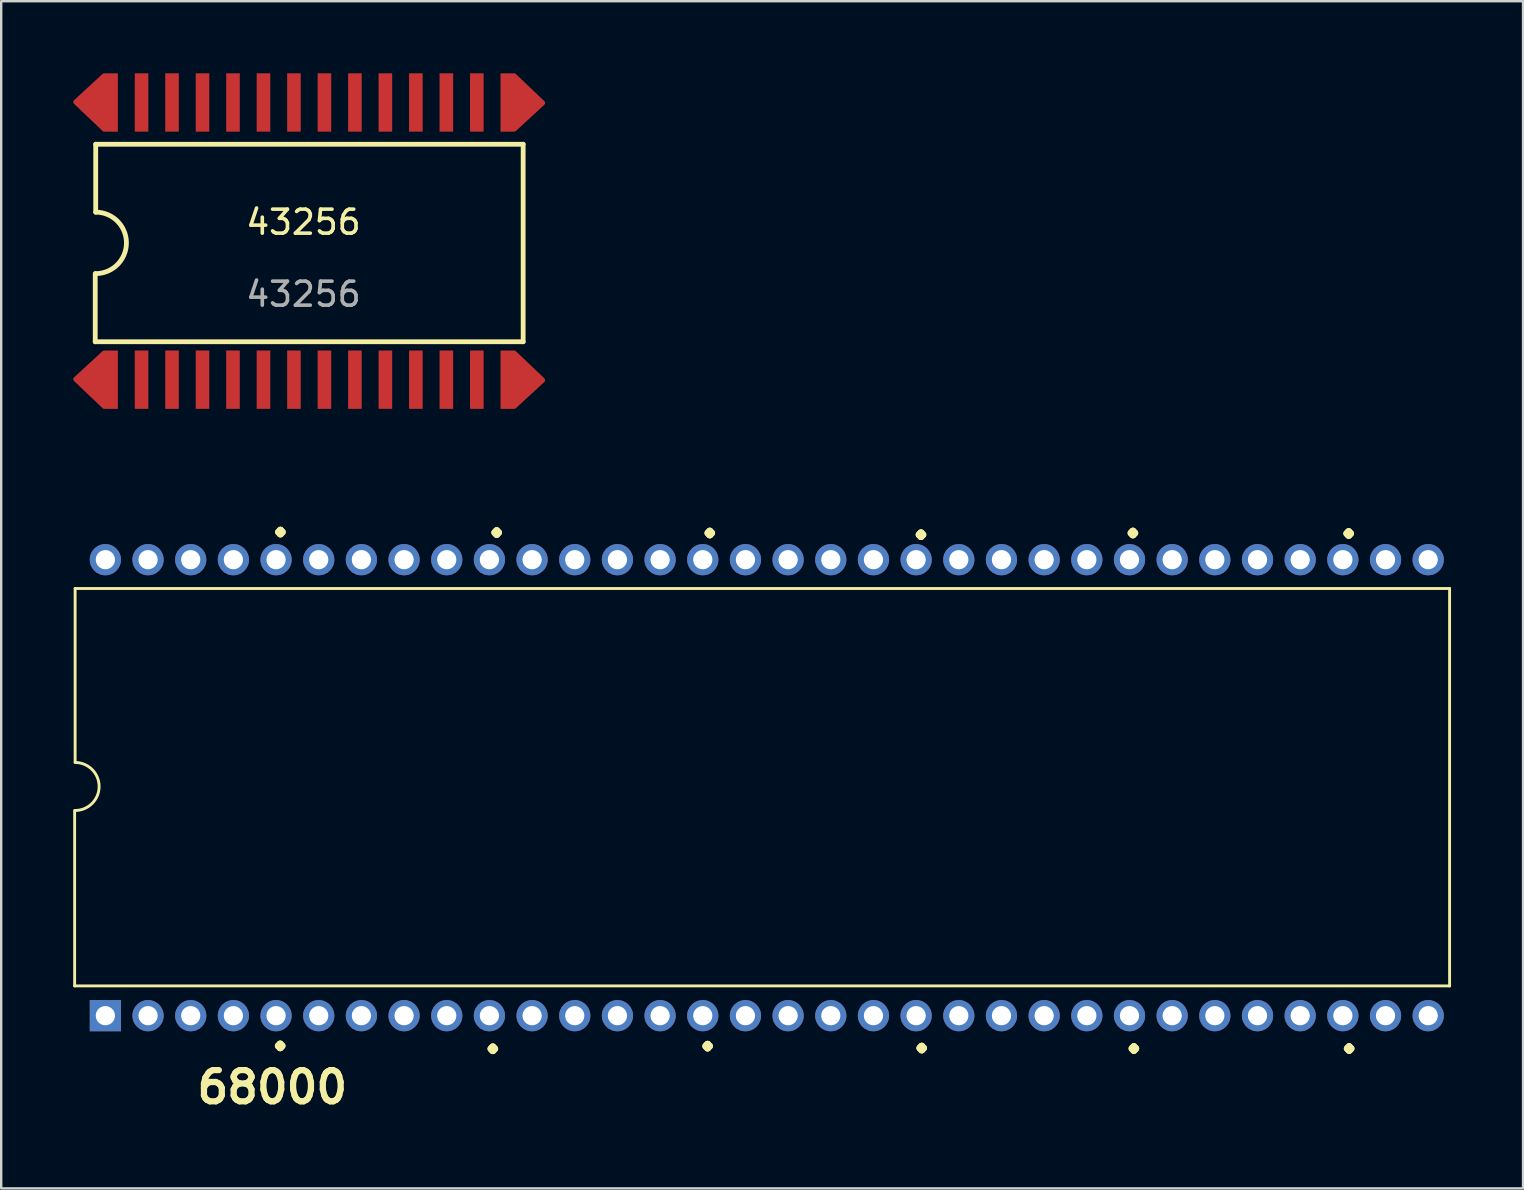
<source format=kicad_pcb>
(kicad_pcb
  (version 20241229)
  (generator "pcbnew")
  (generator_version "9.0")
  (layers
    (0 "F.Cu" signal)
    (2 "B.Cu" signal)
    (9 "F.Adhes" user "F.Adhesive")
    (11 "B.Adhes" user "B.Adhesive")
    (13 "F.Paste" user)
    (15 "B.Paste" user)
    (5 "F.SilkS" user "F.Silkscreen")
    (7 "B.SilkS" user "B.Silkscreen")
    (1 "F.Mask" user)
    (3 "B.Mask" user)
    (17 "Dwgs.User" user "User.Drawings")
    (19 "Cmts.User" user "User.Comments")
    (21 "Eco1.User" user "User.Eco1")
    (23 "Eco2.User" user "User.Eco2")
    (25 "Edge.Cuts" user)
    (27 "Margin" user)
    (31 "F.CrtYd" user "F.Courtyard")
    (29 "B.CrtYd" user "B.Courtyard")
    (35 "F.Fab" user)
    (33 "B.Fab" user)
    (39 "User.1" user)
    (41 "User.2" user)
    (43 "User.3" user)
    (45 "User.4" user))
  (footprint "68000"
    (layer "F.Cu")
    (at 27.504 29.66)
    (property "Reference" "68000" (at -19.208 12.59 0) (unlocked yes) (layer "F.SilkS") (effects (font (size 1.3 1.3) (thickness 0.26) (bold yes))))
    (attr through_hole)
    (fp_line (start -27.444 8.37) (end -27.444 1.06) (stroke (width 0.12) (type default)) (layer "F.SilkS"))
    (fp_line (start -27.424 -8.19) (end 29.846 -8.19) (stroke (width 0.12) (type default)) (layer "F.SilkS"))
    (fp_line (start -27.424 -0.95) (end -27.424 -8.19) (stroke (width 0.12) (type default)) (layer "F.SilkS"))
    (fp_line (start 29.846 -8.19) (end 29.846 8.37) (stroke (width 0.12) (type default)) (layer "F.SilkS"))
    (fp_line (start 29.846 8.37) (end -27.444 8.37) (stroke (width 0.12) (type default)) (layer "F.SilkS"))
    (fp_arc (start -27.424 -0.94) (mid -26.424 0.06) (end -27.424 1.06) (stroke (width 0.12) (type solid)) (layer "F.SilkS"))
    (fp_text user "." (at -19.434 11.14 0) (unlocked yes) (layer "F.SilkS") (effects (font (size 1.5 1.5) (thickness 0.3) (bold yes)) (justify left bottom)))
    (fp_text user "." (at -19.424 -10.27 0) (unlocked yes) (layer "F.SilkS") (effects (font (size 1.5 1.5) (thickness 0.3) (bold yes)) (justify left bottom)))
    (fp_text user "." (at -10.574 11.26 0) (unlocked yes) (layer "F.SilkS") (effects (font (size 1.5 1.5) (thickness 0.3) (bold yes)) (justify left bottom)))
    (fp_text user "." (at -1.624 11.15 0) (unlocked yes) (layer "F.SilkS") (effects (font (size 1.5 1.5) (thickness 0.3) (bold yes)) (justify left bottom)))
    (fp_text user "." (at 7.266 -10.16 0) (unlocked yes) (layer "F.SilkS") (effects (font (size 1.5 1.5) (thickness 0.3) (bold yes)) (justify left bottom)))
    (fp_text user "." (at 25.106 11.25 0) (unlocked yes) (layer "F.SilkS") (effects (font (size 1.5 1.5) (thickness 0.3) (bold yes)) (justify left bottom)))
    (fp_text user "." (at 7.296 11.23 0) (unlocked yes) (layer "F.SilkS") (effects (font (size 1.5 1.5) (thickness 0.3) (bold yes)) (justify left bottom)))
    (fp_text user "." (at 16.096 -10.23 0) (unlocked yes) (layer "F.SilkS") (effects (font (size 1.5 1.5) (thickness 0.3) (bold yes)) (justify left bottom)))
    (fp_text user "." (at -10.414 -10.25 0) (unlocked yes) (layer "F.SilkS") (effects (font (size 1.5 1.5) (thickness 0.3) (bold yes)) (justify left bottom)))
    (fp_text user "." (at -1.534 -10.23 0) (unlocked yes) (layer "F.SilkS") (effects (font (size 1.5 1.5) (thickness 0.3) (bold yes)) (justify left bottom)))
    (fp_text user "." (at 25.086 -10.21 0) (unlocked yes) (layer "F.SilkS") (effects (font (size 1.5 1.5) (thickness 0.3) (bold yes)) (justify left bottom)))
    (fp_text user "." (at 16.136 11.25 0) (unlocked yes) (layer "F.SilkS") (effects (font (size 1.5 1.5) (thickness 0.3) (bold yes)) (justify left bottom)))
    (pad "1" thru_hole rect (at -26.164 9.61 90) (size 1.3 1.3) (drill 0.8) (layers "*.Cu" "*.Mask"))
    (pad "2" thru_hole oval (at -24.386 9.61 90) (size 1.3 1.3) (drill 0.8) (layers "*.Cu" "*.Mask"))
    (pad "3" thru_hole oval (at -22.608 9.61 90) (size 1.3 1.3) (drill 0.8) (layers "*.Cu" "*.Mask"))
    (pad "4" thru_hole oval (at -20.83 9.61 90) (size 1.3 1.3) (drill 0.8) (layers "*.Cu" "*.Mask"))
    (pad "5" thru_hole oval (at -19.052 9.61 90) (size 1.3 1.3) (drill 0.8) (layers "*.Cu" "*.Mask"))
    (pad "6" thru_hole oval (at -17.274 9.61 90) (size 1.3 1.3) (drill 0.8) (layers "*.Cu" "*.Mask"))
    (pad "7" thru_hole oval (at -15.496 9.61 90) (size 1.3 1.3) (drill 0.8) (layers "*.Cu" "*.Mask"))
    (pad "8" thru_hole oval (at -13.718 9.61 90) (size 1.3 1.3) (drill 0.8) (layers "*.Cu" "*.Mask"))
    (pad "9" thru_hole oval (at -11.94 9.61 90) (size 1.3 1.3) (drill 0.8) (layers "*.Cu" "*.Mask"))
    (pad "10" thru_hole oval (at -10.162 9.61 90) (size 1.3 1.3) (drill 0.8) (layers "*.Cu" "*.Mask"))
    (pad "11" thru_hole oval (at -8.384 9.61 90) (size 1.3 1.3) (drill 0.8) (layers "*.Cu" "*.Mask"))
    (pad "12" thru_hole oval (at -6.606 9.61 90) (size 1.3 1.3) (drill 0.8) (layers "*.Cu" "*.Mask"))
    (pad "13" thru_hole oval (at -4.828 9.61 90) (size 1.3 1.3) (drill 0.8) (layers "*.Cu" "*.Mask"))
    (pad "14" thru_hole oval (at -3.05 9.61 90) (size 1.3 1.3) (drill 0.8) (layers "*.Cu" "*.Mask"))
    (pad "15" thru_hole oval (at -1.272 9.61 90) (size 1.3 1.3) (drill 0.8) (layers "*.Cu" "*.Mask"))
    (pad "16" thru_hole oval (at 0.506 9.61 90) (size 1.3 1.3) (drill 0.8) (layers "*.Cu" "*.Mask"))
    (pad "17" thru_hole oval (at 2.284 9.61 90) (size 1.3 1.3) (drill 0.8) (layers "*.Cu" "*.Mask"))
    (pad "18" thru_hole oval (at 4.062 9.61 90) (size 1.3 1.3) (drill 0.8) (layers "*.Cu" "*.Mask"))
    (pad "19" thru_hole oval (at 5.84 9.61 90) (size 1.3 1.3) (drill 0.8) (layers "*.Cu" "*.Mask"))
    (pad "20" thru_hole oval (at 7.618 9.61 90) (size 1.3 1.3) (drill 0.8) (layers "*.Cu" "*.Mask"))
    (pad "21" thru_hole oval (at 9.396 9.61 90) (size 1.3 1.3) (drill 0.8) (layers "*.Cu" "*.Mask"))
    (pad "22" thru_hole oval (at 11.174 9.61 90) (size 1.3 1.3) (drill 0.8) (layers "*.Cu" "*.Mask"))
    (pad "23" thru_hole oval (at 12.952 9.61 90) (size 1.3 1.3) (drill 0.8) (layers "*.Cu" "*.Mask"))
    (pad "24" thru_hole oval (at 14.73 9.61 90) (size 1.3 1.3) (drill 0.8) (layers "*.Cu" "*.Mask"))
    (pad "25" thru_hole oval (at 16.508 9.61 90) (size 1.3 1.3) (drill 0.8) (layers "*.Cu" "*.Mask"))
    (pad "26" thru_hole oval (at 18.286 9.61 90) (size 1.3 1.3) (drill 0.8) (layers "*.Cu" "*.Mask"))
    (pad "27" thru_hole oval (at 20.064 9.61 90) (size 1.3 1.3) (drill 0.8) (layers "*.Cu" "*.Mask"))
    (pad "28" thru_hole oval (at 21.842 9.61 90) (size 1.3 1.3) (drill 0.8) (layers "*.Cu" "*.Mask"))
    (pad "29" thru_hole oval (at 23.62 9.61 90) (size 1.3 1.3) (drill 0.8) (layers "*.Cu" "*.Mask"))
    (pad "30" thru_hole oval (at 25.398 9.61 90) (size 1.3 1.3) (drill 0.8) (layers "*.Cu" "*.Mask"))
    (pad "31" thru_hole oval (at 27.176 9.61 90) (size 1.3 1.3) (drill 0.8) (layers "*.Cu" "*.Mask"))
    (pad "32" thru_hole oval (at 28.954 9.61 90) (size 1.3 1.3) (drill 0.8) (layers "*.Cu" "*.Mask"))
    (pad "33" thru_hole oval (at 28.954 -9.39 90) (size 1.3 1.3) (drill 0.8) (layers "*.Cu" "*.Mask"))
    (pad "34" thru_hole oval (at 27.176 -9.39 90) (size 1.3 1.3) (drill 0.8) (layers "*.Cu" "*.Mask"))
    (pad "35" thru_hole oval (at 25.398 -9.39 90) (size 1.3 1.3) (drill 0.8) (layers "*.Cu" "*.Mask"))
    (pad "36" thru_hole oval (at 23.62 -9.39 90) (size 1.3 1.3) (drill 0.8) (layers "*.Cu" "*.Mask"))
    (pad "37" thru_hole oval (at 21.842 -9.39 90) (size 1.3 1.3) (drill 0.8) (layers "*.Cu" "*.Mask"))
    (pad "38" thru_hole oval (at 20.064 -9.39 90) (size 1.3 1.3) (drill 0.8) (layers "*.Cu" "*.Mask"))
    (pad "39" thru_hole oval (at 18.286 -9.39 90) (size 1.3 1.3) (drill 0.8) (layers "*.Cu" "*.Mask"))
    (pad "40" thru_hole oval (at 16.508 -9.39 90) (size 1.3 1.3) (drill 0.8) (layers "*.Cu" "*.Mask"))
    (pad "41" thru_hole oval (at 14.73 -9.39 90) (size 1.3 1.3) (drill 0.8) (layers "*.Cu" "*.Mask"))
    (pad "42" thru_hole oval (at 12.952 -9.39 90) (size 1.3 1.3) (drill 0.8) (layers "*.Cu" "*.Mask"))
    (pad "43" thru_hole oval (at 11.174 -9.39 90) (size 1.3 1.3) (drill 0.8) (layers "*.Cu" "*.Mask"))
    (pad "44" thru_hole oval (at 9.396 -9.39 90) (size 1.3 1.3) (drill 0.8) (layers "*.Cu" "*.Mask"))
    (pad "45" thru_hole oval (at 7.618 -9.39 90) (size 1.3 1.3) (drill 0.8) (layers "*.Cu" "*.Mask"))
    (pad "46" thru_hole oval (at 5.84 -9.39 90) (size 1.3 1.3) (drill 0.8) (layers "*.Cu" "*.Mask"))
    (pad "47" thru_hole oval (at 4.062 -9.39 90) (size 1.3 1.3) (drill 0.8) (layers "*.Cu" "*.Mask"))
    (pad "48" thru_hole oval (at 2.284 -9.39 90) (size 1.3 1.3) (drill 0.8) (layers "*.Cu" "*.Mask"))
    (pad "49" thru_hole oval (at 0.506 -9.39 90) (size 1.3 1.3) (drill 0.8) (layers "*.Cu" "*.Mask"))
    (pad "50" thru_hole oval (at -1.272 -9.39 90) (size 1.3 1.3) (drill 0.8) (layers "*.Cu" "*.Mask"))
    (pad "51" thru_hole oval (at -3.05 -9.39 90) (size 1.3 1.3) (drill 0.8) (layers "*.Cu" "*.Mask"))
    (pad "52" thru_hole oval (at -4.828 -9.39 90) (size 1.3 1.3) (drill 0.8) (layers "*.Cu" "*.Mask"))
    (pad "53" thru_hole oval (at -6.606 -9.39 90) (size 1.3 1.3) (drill 0.8) (layers "*.Cu" "*.Mask"))
    (pad "54" thru_hole oval (at -8.384 -9.39 90) (size 1.3 1.3) (drill 0.8) (layers "*.Cu" "*.Mask"))
    (pad "55" thru_hole oval (at -10.162 -9.39 90) (size 1.3 1.3) (drill 0.8) (layers "*.Cu" "*.Mask"))
    (pad "56" thru_hole oval (at -11.94 -9.39 90) (size 1.3 1.3) (drill 0.8) (layers "*.Cu" "*.Mask"))
    (pad "57" thru_hole oval (at -13.718 -9.39 90) (size 1.3 1.3) (drill 0.8) (layers "*.Cu" "*.Mask"))
    (pad "58" thru_hole oval (at -15.496 -9.39 90) (size 1.3 1.3) (drill 0.8) (layers "*.Cu" "*.Mask"))
    (pad "59" thru_hole oval (at -17.274 -9.39 90) (size 1.3 1.3) (drill 0.8) (layers "*.Cu" "*.Mask"))
    (pad "60" thru_hole oval (at -19.052 -9.39 90) (size 1.3 1.3) (drill 0.8) (layers "*.Cu" "*.Mask"))
    (pad "61" thru_hole oval (at -20.83 -9.39 90) (size 1.3 1.3) (drill 0.8) (layers "*.Cu" "*.Mask"))
    (pad "62" thru_hole oval (at -22.608 -9.39 90) (size 1.3 1.3) (drill 0.8) (layers "*.Cu" "*.Mask"))
    (pad "63" thru_hole oval (at -24.386 -9.39 90) (size 1.3 1.3) (drill 0.8) (layers "*.Cu" "*.Mask"))
    (pad "64" thru_hole oval (at -26.164 -9.39 90) (size 1.3 1.3) (drill 0.8) (layers "*.Cu" "*.Mask")))
  (footprint "43256"
    (layer "F.Cu")
    (at 9.593 6.71)
    (property "Reference" "43256" (at 0 -0.5 0) (unlocked yes) (layer "F.SilkS") (effects (font (size 1 1) (thickness 0.15))))
    (attr smd)
    (fp_line (start -8.675 4.48) (end -8.675 1.64) (stroke (width 0.2) (type solid)) (layer "F.SilkS"))
    (fp_line (start -8.655 -3.75) (end 9.155 -3.75) (stroke (width 0.2) (type solid)) (layer "F.SilkS"))
    (fp_line (start -8.655 -0.92) (end -8.655 -3.75) (stroke (width 0.2) (type solid)) (layer "F.SilkS"))
    (fp_line (start 9.155 -3.75) (end 9.155 4.48) (stroke (width 0.2) (type solid)) (layer "F.SilkS"))
    (fp_line (start 9.155 4.48) (end -8.675 4.48) (stroke (width 0.2) (type solid)) (layer "F.SilkS"))
    (fp_arc (start -8.655 -0.92) (mid -7.375 0.36) (end -8.655 1.64) (stroke (width 0.2) (type solid)) (layer "F.SilkS"))
    (fp_text user "${REFERENCE}" (at 0 2.5 0) (unlocked yes) (layer "F.Fab") (effects (font (size 1 1) (thickness 0.15))))
    (pad "1" smd custom (at -8.015 6.06 270) (size 2.431 0.566) (layers "F.Cu" "F.Mask" "F.Paste") (options (anchor rect)) (primitives (gr_poly (pts (xy -1.12 0.283) (xy -0.02 1.478) (xy 1.12 0.28)) (width 0.2) (fill yes))))
    (pad "2" smd rect (at -6.745 6.06 270) (size 2.431 0.566) (layers "F.Cu" "F.Mask" "F.Paste"))
    (pad "3" smd rect (at -5.475 6.06 270) (size 2.431 0.566) (layers "F.Cu" "F.Mask" "F.Paste"))
    (pad "4" smd rect (at -4.205 6.06 270) (size 2.431 0.566) (layers "F.Cu" "F.Mask" "F.Paste"))
    (pad "5" smd rect (at -2.935 6.06 270) (size 2.431 0.566) (layers "F.Cu" "F.Mask" "F.Paste"))
    (pad "6" smd rect (at -1.665 6.06 270) (size 2.431 0.566) (layers "F.Cu" "F.Mask" "F.Paste"))
    (pad "7" smd rect (at -0.395 6.06 270) (size 2.431 0.566) (layers "F.Cu" "F.Mask" "F.Paste"))
    (pad "8" smd rect (at 0.875 6.06 270) (size 2.431 0.566) (layers "F.Cu" "F.Mask" "F.Paste"))
    (pad "9" smd rect (at 2.145 6.06 270) (size 2.431 0.566) (layers "F.Cu" "F.Mask" "F.Paste"))
    (pad "10" smd rect (at 3.415 6.06 270) (size 2.431 0.566) (layers "F.Cu" "F.Mask" "F.Paste"))
    (pad "11" smd rect (at 4.685 6.06 270) (size 2.431 0.566) (layers "F.Cu" "F.Mask" "F.Paste"))
    (pad "12" smd rect (at 5.955 6.06 270) (size 2.431 0.566) (layers "F.Cu" "F.Mask" "F.Paste"))
    (pad "13" smd rect (at 7.225 6.06 270) (size 2.431 0.566) (layers "F.Cu" "F.Mask" "F.Paste"))
    (pad "14" smd custom (at 8.495 6.06 90) (size 2.431 0.566) (layers "F.Cu" "F.Mask" "F.Paste") (options (anchor rect)) (primitives (gr_poly (pts (xy -1.12 0.283) (xy -0.02 1.478) (xy 1.12 0.28)) (width 0.2) (fill yes))))
    (pad "15" smd custom (at 8.495 -5.49 90) (size 2.431 0.566) (layers "F.Cu" "F.Mask" "F.Paste") (options (anchor rect)) (primitives (gr_poly (pts (xy -1.12 0.283) (xy -0.02 1.478) (xy 1.12 0.28)) (width 0.2) (fill yes))))
    (pad "16" smd rect (at 7.225 -5.49 270) (size 2.431 0.566) (layers "F.Cu" "F.Mask" "F.Paste"))
    (pad "17" smd rect (at 5.955 -5.49 270) (size 2.431 0.566) (layers "F.Cu" "F.Mask" "F.Paste"))
    (pad "18" smd rect (at 4.685 -5.49 270) (size 2.431 0.566) (layers "F.Cu" "F.Mask" "F.Paste"))
    (pad "19" smd rect (at 3.415 -5.49 270) (size 2.431 0.566) (layers "F.Cu" "F.Mask" "F.Paste"))
    (pad "20" smd rect (at 2.145 -5.49 270) (size 2.431 0.566) (layers "F.Cu" "F.Mask" "F.Paste"))
    (pad "21" smd rect (at 0.875 -5.49 270) (size 2.431 0.566) (layers "F.Cu" "F.Mask" "F.Paste"))
    (pad "22" smd rect (at -0.395 -5.49 270) (size 2.431 0.566) (layers "F.Cu" "F.Mask" "F.Paste"))
    (pad "23" smd rect (at -1.665 -5.49 270) (size 2.431 0.566) (layers "F.Cu" "F.Mask" "F.Paste"))
    (pad "24" smd rect (at -2.935 -5.49 270) (size 2.431 0.566) (layers "F.Cu" "F.Mask" "F.Paste"))
    (pad "25" smd rect (at -4.205 -5.49 270) (size 2.431 0.566) (layers "F.Cu" "F.Mask" "F.Paste"))
    (pad "26" smd rect (at -5.475 -5.49 270) (size 2.431 0.566) (layers "F.Cu" "F.Mask" "F.Paste"))
    (pad "27" smd rect (at -6.745 -5.49 270) (size 2.431 0.566) (layers "F.Cu" "F.Mask" "F.Paste"))
    (pad "28" smd custom (at -8.015 -5.49 270) (size 2.431 0.566) (layers "F.Cu" "F.Mask" "F.Paste") (options (anchor rect)) (primitives (gr_poly (pts (xy -1.12 0.283) (xy -0.02 1.478) (xy 1.12 0.28)) (width 0.2) (fill yes)))))
  (gr_rect
    (start -3 -3)
    (end 60.41 46.467)
    (stroke (width 0.1) (type default))
    (fill no)
    (layer "Edge.Cuts")))
</source>
